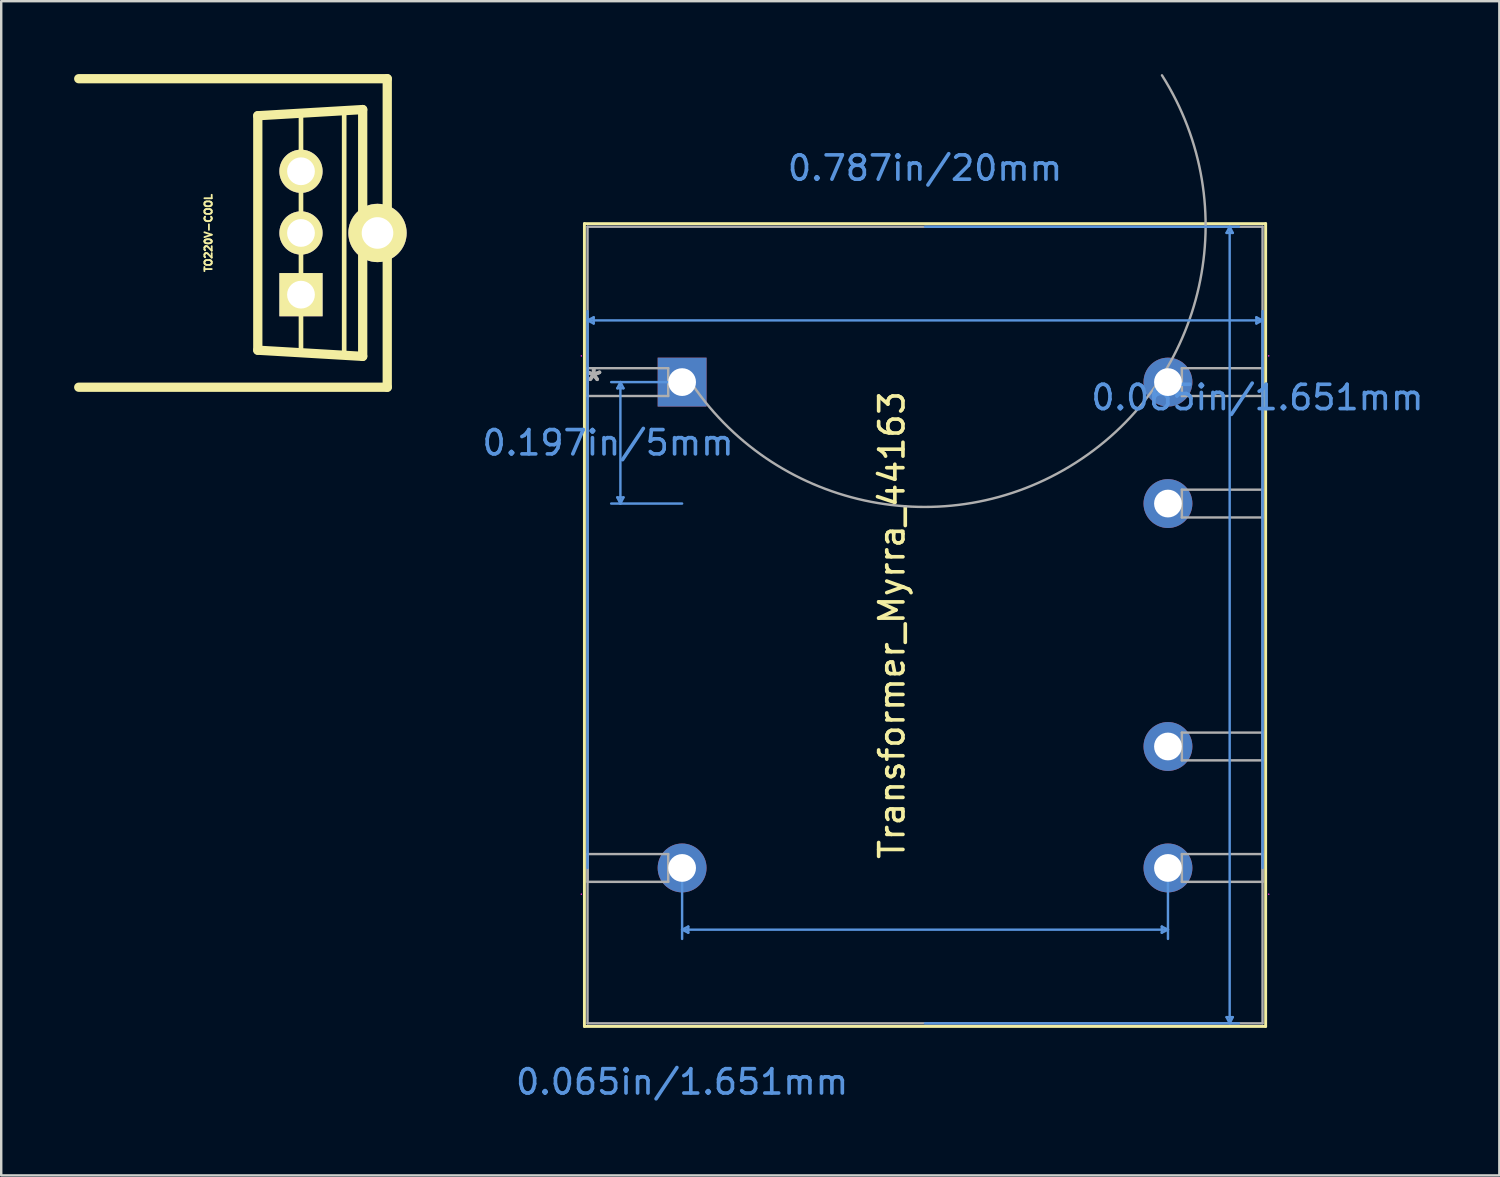
<source format=kicad_pcb>
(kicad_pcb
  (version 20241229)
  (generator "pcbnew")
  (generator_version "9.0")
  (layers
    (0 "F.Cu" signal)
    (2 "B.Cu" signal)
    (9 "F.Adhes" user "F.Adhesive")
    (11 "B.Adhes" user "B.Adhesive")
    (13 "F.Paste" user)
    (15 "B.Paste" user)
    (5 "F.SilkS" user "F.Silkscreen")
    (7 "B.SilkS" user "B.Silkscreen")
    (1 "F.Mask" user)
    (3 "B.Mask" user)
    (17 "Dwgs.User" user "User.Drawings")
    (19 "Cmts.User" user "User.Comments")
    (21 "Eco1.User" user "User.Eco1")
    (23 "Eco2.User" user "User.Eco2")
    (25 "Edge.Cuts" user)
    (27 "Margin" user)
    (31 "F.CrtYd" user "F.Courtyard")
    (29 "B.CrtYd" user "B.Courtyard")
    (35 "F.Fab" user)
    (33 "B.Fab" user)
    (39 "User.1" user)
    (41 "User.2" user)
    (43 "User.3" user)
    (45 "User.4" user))
  (footprint "TO220V-COOL"
    (layer "F.Cu")
    (at 9.34 6.54)
    (property "Reference" "TO220V-COOL" (at -3.81 0 90) (layer "F.SilkS") (effects (font (size 0.3 0.3) (thickness 0.076))))
    (attr through_hole)
    (fp_line (start -1.778 -4.826) (end -1.778 4.826) (stroke (width 0.381) (type solid)) (layer "F.SilkS"))
    (fp_line (start -1.778 4.826) (end 2.54 5.08) (stroke (width 0.381) (type solid)) (layer "F.SilkS"))
    (fp_line (start 0 -4.826) (end 0 4.826) (stroke (width 0.191) (type solid)) (layer "F.SilkS"))
    (fp_line (start 1.778 -5.08) (end 1.778 5.08) (stroke (width 0.191) (type solid)) (layer "F.SilkS"))
    (fp_line (start 2.54 -5.08) (end -1.778 -4.826) (stroke (width 0.381) (type solid)) (layer "F.SilkS"))
    (fp_line (start 2.54 -5.08) (end 2.54 5.08) (stroke (width 0.381) (type solid)) (layer "F.SilkS"))
    (fp_line (start 3.551 -6.35) (end -9.149 -6.35) (stroke (width 0.381) (type solid)) (layer "F.SilkS"))
    (fp_line (start 3.551 0) (end 3.551 -6.35) (stroke (width 0.381) (type solid)) (layer "F.SilkS"))
    (fp_line (start 3.551 0) (end 3.551 6.35) (stroke (width 0.381) (type solid)) (layer "F.SilkS"))
    (fp_line (start 3.551 6.35) (end -9.149 6.35) (stroke (width 0.381) (type solid)) (layer "F.SilkS"))
    (pad "" thru_hole circle (at 3.15 0) (size 2.4 2.4) (drill 1.3) (layers "*.Cu" "*.Mask" "F.SilkS"))
    (pad "1" thru_hole circle (at 0 -2.54) (size 1.778 1.778) (drill 1.143) (layers "*.Cu" "*.Mask" "F.SilkS"))
    (pad "2" thru_hole circle (at 0 0) (size 1.778 1.778) (drill 1.143) (layers "*.Cu" "*.Mask" "F.SilkS"))
    (pad "3" thru_hole rect (at 0 2.54) (size 1.778 1.778) (drill 1.143) (layers "*.Cu" "*.Mask" "F.SilkS")))
  (footprint "Transformer_Myrra_44163"
    (layer "F.Cu")
    (at 25.029 12.679)
    (property "Reference" "Transformer_Myrra_44163" (at 8.636 10 90) (layer "F.SilkS") (effects (font (size 1 1) (thickness 0.15))))
    (attr through_hole)
    (fp_line (start -4.021 -6.523) (end -4.021 26.523) (stroke (width 0.12) (type solid)) (layer "F.SilkS"))
    (fp_line (start -4.021 26.523) (end 24.021 26.523) (stroke (width 0.12) (type solid)) (layer "F.SilkS"))
    (fp_line (start 24.021 -6.523) (end -4.021 -6.523) (stroke (width 0.12) (type solid)) (layer "F.SilkS"))
    (fp_line (start 24.021 26.523) (end 24.021 -6.523) (stroke (width 0.12) (type solid)) (layer "F.SilkS"))
    (fp_line (start -3.894 -2.54) (end -3.64 -2.667) (stroke (width 0.1) (type solid)) (layer "Cmts.User"))
    (fp_line (start -3.894 -2.54) (end -3.64 -2.413) (stroke (width 0.1) (type solid)) (layer "Cmts.User"))
    (fp_line (start -3.894 -2.54) (end 23.894 -2.54) (stroke (width 0.1) (type solid)) (layer "Cmts.User"))
    (fp_line (start -3.894 20) (end -3.894 -2.921) (stroke (width 0.1) (type solid)) (layer "Cmts.User"))
    (fp_line (start -3.64 -2.667) (end -3.64 -2.413) (stroke (width 0.1) (type solid)) (layer "Cmts.User"))
    (fp_line (start -2.667 0.254) (end -2.413 0.254) (stroke (width 0.1) (type solid)) (layer "Cmts.User"))
    (fp_line (start -2.667 4.746) (end -2.413 4.746) (stroke (width 0.1) (type solid)) (layer "Cmts.User"))
    (fp_line (start -2.54 0) (end -2.667 0.254) (stroke (width 0.1) (type solid)) (layer "Cmts.User"))
    (fp_line (start -2.54 0) (end -2.54 5) (stroke (width 0.1) (type solid)) (layer "Cmts.User"))
    (fp_line (start -2.54 0) (end -2.413 0.254) (stroke (width 0.1) (type solid)) (layer "Cmts.User"))
    (fp_line (start -2.54 5) (end -2.667 4.746) (stroke (width 0.1) (type solid)) (layer "Cmts.User"))
    (fp_line (start -2.54 5) (end -2.413 4.746) (stroke (width 0.1) (type solid)) (layer "Cmts.User"))
    (fp_line (start 0 0) (end -2.921 0) (stroke (width 0.1) (type solid)) (layer "Cmts.User"))
    (fp_line (start 0 5) (end -2.921 5) (stroke (width 0.1) (type solid)) (layer "Cmts.User"))
    (fp_line (start 0 20) (end 0 22.921) (stroke (width 0.1) (type solid)) (layer "Cmts.User"))
    (fp_line (start 0 22.54) (end 0.254 22.413) (stroke (width 0.1) (type solid)) (layer "Cmts.User"))
    (fp_line (start 0 22.54) (end 0.254 22.667) (stroke (width 0.1) (type solid)) (layer "Cmts.User"))
    (fp_line (start 0 22.54) (end 20 22.54) (stroke (width 0.1) (type solid)) (layer "Cmts.User"))
    (fp_line (start 0.254 22.413) (end 0.254 22.667) (stroke (width 0.1) (type solid)) (layer "Cmts.User"))
    (fp_line (start 10 -6.396) (end 22.921 -6.396) (stroke (width 0.1) (type solid)) (layer "Cmts.User"))
    (fp_line (start 10 26.396) (end 22.921 26.396) (stroke (width 0.1) (type solid)) (layer "Cmts.User"))
    (fp_line (start 19.746 22.413) (end 19.746 22.667) (stroke (width 0.1) (type solid)) (layer "Cmts.User"))
    (fp_line (start 20 20) (end 20 22.921) (stroke (width 0.1) (type solid)) (layer "Cmts.User"))
    (fp_line (start 20 22.54) (end 19.746 22.413) (stroke (width 0.1) (type solid)) (layer "Cmts.User"))
    (fp_line (start 20 22.54) (end 19.746 22.667) (stroke (width 0.1) (type solid)) (layer "Cmts.User"))
    (fp_line (start 22.413 -6.142) (end 22.667 -6.142) (stroke (width 0.1) (type solid)) (layer "Cmts.User"))
    (fp_line (start 22.413 26.142) (end 22.667 26.142) (stroke (width 0.1) (type solid)) (layer "Cmts.User"))
    (fp_line (start 22.54 -6.396) (end 22.413 -6.142) (stroke (width 0.1) (type solid)) (layer "Cmts.User"))
    (fp_line (start 22.54 -6.396) (end 22.54 26.396) (stroke (width 0.1) (type solid)) (layer "Cmts.User"))
    (fp_line (start 22.54 -6.396) (end 22.667 -6.142) (stroke (width 0.1) (type solid)) (layer "Cmts.User"))
    (fp_line (start 22.54 26.396) (end 22.413 26.142) (stroke (width 0.1) (type solid)) (layer "Cmts.User"))
    (fp_line (start 22.54 26.396) (end 22.667 26.142) (stroke (width 0.1) (type solid)) (layer "Cmts.User"))
    (fp_line (start 23.64 -2.667) (end 23.64 -2.413) (stroke (width 0.1) (type solid)) (layer "Cmts.User"))
    (fp_line (start 23.894 -2.54) (end 23.64 -2.667) (stroke (width 0.1) (type solid)) (layer "Cmts.User"))
    (fp_line (start 23.894 -2.54) (end 23.64 -2.413) (stroke (width 0.1) (type solid)) (layer "Cmts.User"))
    (fp_line (start 23.894 20) (end 23.894 -2.921) (stroke (width 0.1) (type solid)) (layer "Cmts.User"))
    (fp_line (start -4.148 -1.079) (end -4.148 -1.079) (stroke (width 0.05) (type solid)) (layer "F.CrtYd"))
    (fp_line (start -4.148 -1.079) (end -4.148 -1.079) (stroke (width 0.05) (type solid)) (layer "F.CrtYd"))
    (fp_line (start -4.148 21.08) (end -4.148 21.08) (stroke (width 0.05) (type solid)) (layer "F.CrtYd"))
    (fp_line (start -4.148 21.08) (end -4.148 21.08) (stroke (width 0.05) (type solid)) (layer "F.CrtYd"))
    (fp_line (start 24.148 -1.079) (end 24.148 -1.079) (stroke (width 0.05) (type solid)) (layer "F.CrtYd"))
    (fp_line (start 24.148 -1.079) (end 24.148 -1.079) (stroke (width 0.05) (type solid)) (layer "F.CrtYd"))
    (fp_line (start 24.148 21.08) (end 24.148 21.08) (stroke (width 0.05) (type solid)) (layer "F.CrtYd"))
    (fp_line (start 24.148 21.08) (end 24.148 21.08) (stroke (width 0.05) (type solid)) (layer "F.CrtYd"))
    (fp_line (start -3.894 -6.396) (end -3.894 26.396) (stroke (width 0.1) (type solid)) (layer "F.Fab"))
    (fp_line (start -3.894 -0.572) (end -0.572 -0.572) (stroke (width 0.1) (type solid)) (layer "F.Fab"))
    (fp_line (start -3.894 0.572) (end -3.894 -0.572) (stroke (width 0.1) (type solid)) (layer "F.Fab"))
    (fp_line (start -3.894 19.429) (end -0.572 19.429) (stroke (width 0.1) (type solid)) (layer "F.Fab"))
    (fp_line (start -3.894 20.572) (end -3.894 19.429) (stroke (width 0.1) (type solid)) (layer "F.Fab"))
    (fp_line (start -3.894 26.396) (end 23.894 26.396) (stroke (width 0.1) (type solid)) (layer "F.Fab"))
    (fp_line (start -0.572 -0.572) (end -0.572 0.572) (stroke (width 0.1) (type solid)) (layer "F.Fab"))
    (fp_line (start -0.572 0.572) (end -3.894 0.572) (stroke (width 0.1) (type solid)) (layer "F.Fab"))
    (fp_line (start -0.572 19.429) (end -0.572 20.572) (stroke (width 0.1) (type solid)) (layer "F.Fab"))
    (fp_line (start -0.572 20.572) (end -3.894 20.572) (stroke (width 0.1) (type solid)) (layer "F.Fab"))
    (fp_line (start 20.572 -0.572) (end 23.894 -0.572) (stroke (width 0.1) (type solid)) (layer "F.Fab"))
    (fp_line (start 20.572 0.572) (end 20.572 -0.572) (stroke (width 0.1) (type solid)) (layer "F.Fab"))
    (fp_line (start 20.572 4.428) (end 23.894 4.428) (stroke (width 0.1) (type solid)) (layer "F.Fab"))
    (fp_line (start 20.572 5.572) (end 20.572 4.428) (stroke (width 0.1) (type solid)) (layer "F.Fab"))
    (fp_line (start 20.572 14.429) (end 23.894 14.429) (stroke (width 0.1) (type solid)) (layer "F.Fab"))
    (fp_line (start 20.572 15.572) (end 20.572 14.429) (stroke (width 0.1) (type solid)) (layer "F.Fab"))
    (fp_line (start 20.572 19.429) (end 23.894 19.429) (stroke (width 0.1) (type solid)) (layer "F.Fab"))
    (fp_line (start 20.572 20.572) (end 20.572 19.429) (stroke (width 0.1) (type solid)) (layer "F.Fab"))
    (fp_line (start 23.894 -6.396) (end -3.894 -6.396) (stroke (width 0.1) (type solid)) (layer "F.Fab"))
    (fp_line (start 23.894 -0.572) (end 23.894 0.572) (stroke (width 0.1) (type solid)) (layer "F.Fab"))
    (fp_line (start 23.894 0.572) (end 20.572 0.572) (stroke (width 0.1) (type solid)) (layer "F.Fab"))
    (fp_line (start 23.894 4.428) (end 23.894 5.572) (stroke (width 0.1) (type solid)) (layer "F.Fab"))
    (fp_line (start 23.894 5.572) (end 20.572 5.572) (stroke (width 0.1) (type solid)) (layer "F.Fab"))
    (fp_line (start 23.894 14.429) (end 23.894 15.572) (stroke (width 0.1) (type solid)) (layer "F.Fab"))
    (fp_line (start 23.894 15.572) (end 20.572 15.572) (stroke (width 0.1) (type solid)) (layer "F.Fab"))
    (fp_line (start 23.894 19.429) (end 23.894 20.572) (stroke (width 0.1) (type solid)) (layer "F.Fab"))
    (fp_line (start 23.894 20.572) (end 20.572 20.572) (stroke (width 0.1) (type solid)) (layer "F.Fab"))
    (fp_line (start 23.894 26.396) (end 23.894 -6.396) (stroke (width 0.1) (type solid)) (layer "F.Fab"))
    (fp_arc (start 19.753742 -12.628949) (mid 16.233249 3.358042) (end 0.246258 -0.162451) (stroke (width 0.1) (type solid)) (layer "F.Fab"))
    (fp_text user "0.065in/1.651mm" (at 23.683 0.635 0) (layer "Cmts.User") (effects (font (size 1 1) (thickness 0.15))))
    (fp_text user "0.787in/20mm" (at 10 -8.809 0) (layer "Cmts.User") (effects (font (size 1 1) (thickness 0.15))))
    (fp_text user "0.065in/1.651mm" (at 0 28.809 0) (layer "Cmts.User") (effects (font (size 1 1) (thickness 0.15))))
    (fp_text user "Copyright 2021 Accelerated Designs. All rights reserved." (at 0 0 0) (layer "Cmts.User") (effects (font (size 0.127 0.127) (thickness 0.002))))
    (fp_text user "0.197in/5mm" (at -3.048 2.5 0) (layer "Cmts.User") (effects (font (size 1 1) (thickness 0.15))))
    (fp_text user "*" (at -3.64 0 0) (layer "F.Fab") (effects (font (size 1 1) (thickness 0.15))))
    (fp_text user "*" (at -3.64 0 0) (layer "F.Fab") (effects (font (size 1 1) (thickness 0.15))))
    (pad "1" thru_hole rect (at 0 0) (size 2.012 2.012) (drill 1.143) (layers "*.Cu" "*.Mask"))
    (pad "5" thru_hole circle (at 0 20) (size 2.012 2.012) (drill 1.143) (layers "*.Cu" "*.Mask"))
    (pad "6" thru_hole circle (at 20 20) (size 2.012 2.012) (drill 1.143) (layers "*.Cu" "*.Mask"))
    (pad "7" thru_hole circle (at 20 15) (size 2.012 2.012) (drill 1.143) (layers "*.Cu" "*.Mask"))
    (pad "9" thru_hole circle (at 20 5) (size 2.012 2.012) (drill 1.143) (layers "*.Cu" "*.Mask"))
    (pad "10" thru_hole circle (at 20 0) (size 2.012 2.012) (drill 1.143) (layers "*.Cu" "*.Mask")))
  (gr_rect
    (start -3 -3)
    (end 58.67 45.336)
    (stroke (width 0.1) (type default))
    (fill no)
    (layer "Edge.Cuts")))
</source>
